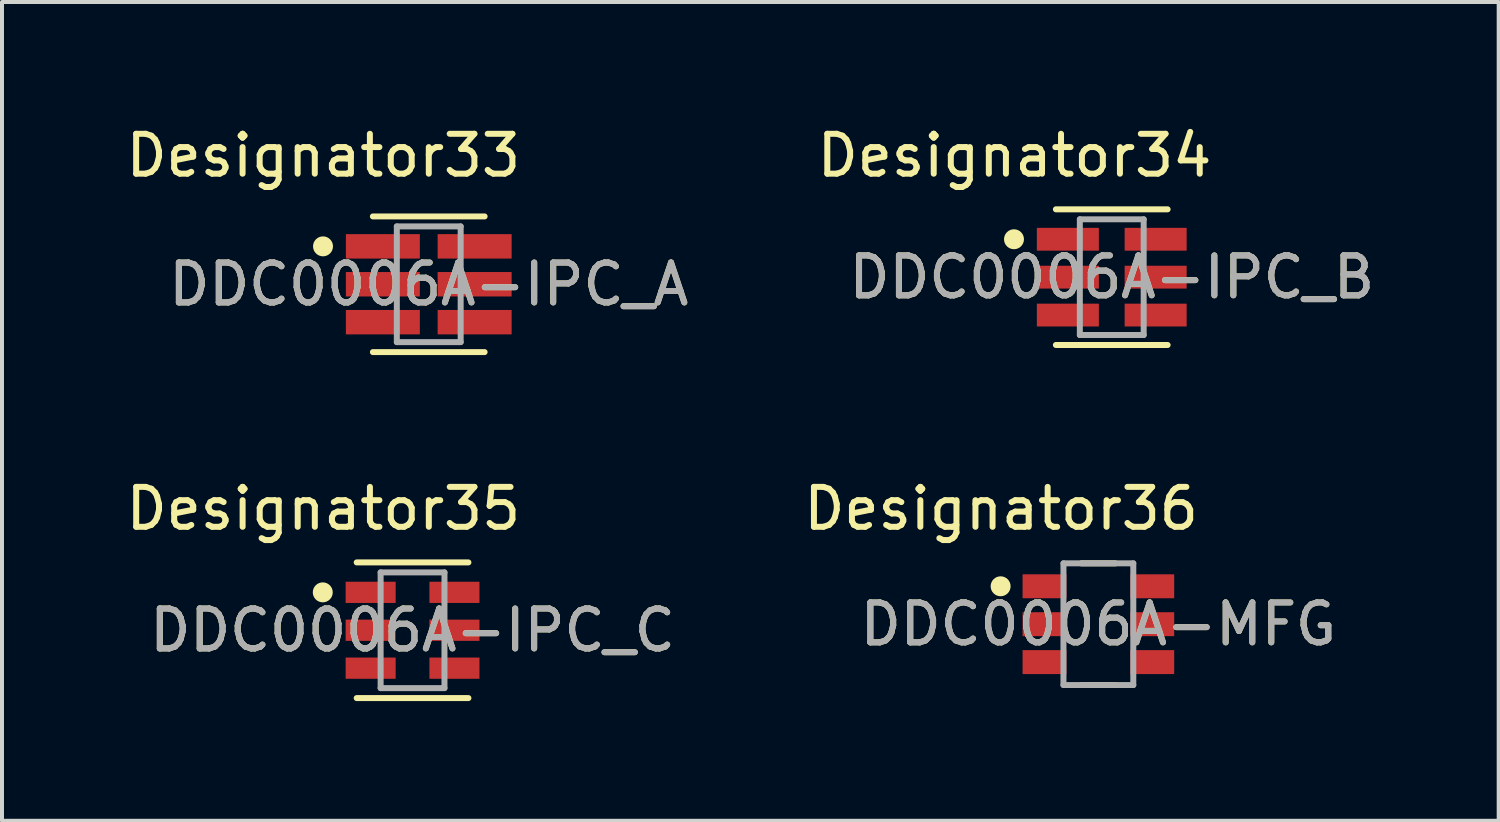
<source format=kicad_pcb>
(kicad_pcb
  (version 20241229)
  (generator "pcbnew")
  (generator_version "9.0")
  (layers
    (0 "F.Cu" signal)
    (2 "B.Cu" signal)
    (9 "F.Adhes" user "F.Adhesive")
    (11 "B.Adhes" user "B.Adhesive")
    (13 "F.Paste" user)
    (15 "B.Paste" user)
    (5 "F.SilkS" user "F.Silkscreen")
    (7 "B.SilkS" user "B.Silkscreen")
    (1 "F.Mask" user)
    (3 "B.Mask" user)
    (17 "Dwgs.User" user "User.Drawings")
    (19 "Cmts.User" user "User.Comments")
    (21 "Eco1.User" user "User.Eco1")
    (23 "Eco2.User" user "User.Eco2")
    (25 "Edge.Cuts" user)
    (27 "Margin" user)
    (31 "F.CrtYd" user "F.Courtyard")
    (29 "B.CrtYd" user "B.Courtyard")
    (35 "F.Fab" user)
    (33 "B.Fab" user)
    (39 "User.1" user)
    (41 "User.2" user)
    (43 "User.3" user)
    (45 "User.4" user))
  (footprint "DDC0006A-IPC_C"
    (layer "F.Cu")
    (at 7.289 12.745)
    (property "Reference" "DDC0006A-IPC_C" (at 0 0 0) (unlocked yes) (layer "F.SilkS") (effects (font (size 1 1) (thickness 0.15))))
    (attr smd)
    (fp_line (start -1.4 -1.7) (end 1.4 -1.7) (stroke (width 0.15) (type solid)) (layer "F.SilkS"))
    (fp_line (start -1.4 1.7) (end 1.4 1.7) (stroke (width 0.15) (type solid)) (layer "F.SilkS"))
    (fp_circle (center -2.25 -0.95) (end -2.125 -0.95) (stroke (width 0.25) (type solid)) (fill no) (layer "F.SilkS"))
    (fp_line (start -0.8 -1.45) (end 0.8 -1.45) (stroke (width 0.15) (type solid)) (layer "F.Fab"))
    (fp_line (start -0.8 1.45) (end -0.8 -1.45) (stroke (width 0.15) (type solid)) (layer "F.Fab"))
    (fp_line (start -0.8 1.45) (end 0.8 1.45) (stroke (width 0.15) (type solid)) (layer "F.Fab"))
    (fp_line (start 0.8 1.45) (end 0.8 -1.45) (stroke (width 0.15) (type solid)) (layer "F.Fab"))
    (fp_text user "Designator35" (at -2.235 -3.048 0) (unlocked yes) (layer "F.SilkS") (effects (font (size 1 1) (thickness 0.15))))
    (fp_text user "${REFERENCE}" (at 0 0 0) (unlocked yes) (layer "F.Fab") (effects (font (size 1 1) (thickness 0.15))))
    (pad "1" smd rect (at -1.05 -0.95) (size 1.254 0.532) (layers "F.Cu" "F.Mask" "F.Paste"))
    (pad "2" smd rect (at -1.05 0) (size 1.254 0.532) (layers "F.Cu" "F.Mask" "F.Paste"))
    (pad "3" smd rect (at -1.05 0.95) (size 1.254 0.532) (layers "F.Cu" "F.Mask" "F.Paste"))
    (pad "4" smd rect (at 1.05 0.95) (size 1.254 0.532) (layers "F.Cu" "F.Mask" "F.Paste"))
    (pad "5" smd rect (at 1.05 0) (size 1.254 0.532) (layers "F.Cu" "F.Mask" "F.Paste"))
    (pad "6" smd rect (at 1.05 -0.95) (size 1.254 0.532) (layers "F.Cu" "F.Mask" "F.Paste")))
  (footprint "DDC0006A-MFG"
    (layer "F.Cu")
    (at 24.477 12.593)
    (property "Reference" "DDC0006A-MFG" (at 0 0 0) (unlocked yes) (layer "F.SilkS") (effects (font (size 1 1) (thickness 0.15))))
    (attr smd)
    (fp_line (start -0.425 -1.525) (end 0.425 -1.525) (stroke (width 0.15) (type solid)) (layer "F.SilkS"))
    (fp_line (start -0.425 1.525) (end 0.425 1.525) (stroke (width 0.15) (type solid)) (layer "F.SilkS"))
    (fp_circle (center -2.45 -0.95) (end -2.325 -0.95) (stroke (width 0.25) (type solid)) (fill no) (layer "F.SilkS"))
    (fp_line (start -0.875 -1.525) (end 0.875 -1.525) (stroke (width 0.15) (type solid)) (layer "F.Fab"))
    (fp_line (start -0.875 1.525) (end -0.875 -1.525) (stroke (width 0.15) (type solid)) (layer "F.Fab"))
    (fp_line (start -0.875 1.525) (end 0.875 1.525) (stroke (width 0.15) (type solid)) (layer "F.Fab"))
    (fp_line (start 0.875 1.525) (end 0.875 -1.525) (stroke (width 0.15) (type solid)) (layer "F.Fab"))
    (fp_text user "Designator36" (at -2.438 -2.896 0) (unlocked yes) (layer "F.SilkS") (effects (font (size 1 1) (thickness 0.15))))
    (fp_text user "${REFERENCE}" (at 0 0 0) (unlocked yes) (layer "F.Fab") (effects (font (size 1 1) (thickness 0.15))))
    (pad "1" smd rect (at -1.35 -0.95) (size 1.1 0.6) (layers "F.Cu" "F.Mask" "F.Paste"))
    (pad "2" smd rect (at -1.35 0) (size 1.1 0.6) (layers "F.Cu" "F.Mask" "F.Paste"))
    (pad "3" smd rect (at -1.35 0.95) (size 1.1 0.6) (layers "F.Cu" "F.Mask" "F.Paste"))
    (pad "4" smd rect (at 1.35 0.95) (size 1.1 0.6) (layers "F.Cu" "F.Mask" "F.Paste"))
    (pad "5" smd rect (at 1.35 0) (size 1.1 0.6) (layers "F.Cu" "F.Mask" "F.Paste"))
    (pad "6" smd rect (at 1.35 -0.95) (size 1.1 0.6) (layers "F.Cu" "F.Mask" "F.Paste")))
  (footprint "DDC0006A-IPC_A"
    (layer "F.Cu")
    (at 7.695 4.074)
    (property "Reference" "DDC0006A-IPC_A" (at 0 0 0) (unlocked yes) (layer "F.SilkS") (effects (font (size 1 1) (thickness 0.15))))
    (attr smd)
    (fp_line (start -1.4 -1.7) (end 1.4 -1.7) (stroke (width 0.15) (type solid)) (layer "F.SilkS"))
    (fp_line (start -1.4 1.7) (end 1.4 1.7) (stroke (width 0.15) (type solid)) (layer "F.SilkS"))
    (fp_circle (center -2.65 -0.95) (end -2.525 -0.95) (stroke (width 0.25) (type solid)) (fill no) (layer "F.SilkS"))
    (fp_line (start -0.8 -1.45) (end 0.8 -1.45) (stroke (width 0.15) (type solid)) (layer "F.Fab"))
    (fp_line (start -0.8 1.45) (end -0.8 -1.45) (stroke (width 0.15) (type solid)) (layer "F.Fab"))
    (fp_line (start -0.8 1.45) (end 0.8 1.45) (stroke (width 0.15) (type solid)) (layer "F.Fab"))
    (fp_line (start 0.8 1.45) (end 0.8 -1.45) (stroke (width 0.15) (type solid)) (layer "F.Fab"))
    (fp_text user "Designator33" (at -2.642 -3.226 0) (unlocked yes) (layer "F.SilkS") (effects (font (size 1 1) (thickness 0.15))))
    (fp_text user "${REFERENCE}" (at 0 0 0) (unlocked yes) (layer "F.Fab") (effects (font (size 1 1) (thickness 0.15))))
    (pad "1" smd rect (at -1.15 -0.95) (size 1.854 0.612) (layers "F.Cu" "F.Mask" "F.Paste"))
    (pad "2" smd rect (at -1.15 0) (size 1.854 0.612) (layers "F.Cu" "F.Mask" "F.Paste"))
    (pad "3" smd rect (at -1.15 0.95) (size 1.854 0.612) (layers "F.Cu" "F.Mask" "F.Paste"))
    (pad "4" smd rect (at 1.15 0.95) (size 1.854 0.612) (layers "F.Cu" "F.Mask" "F.Paste"))
    (pad "5" smd rect (at 1.15 0) (size 1.854 0.612) (layers "F.Cu" "F.Mask" "F.Paste"))
    (pad "6" smd rect (at 1.15 -0.95) (size 1.854 0.612) (layers "F.Cu" "F.Mask" "F.Paste")))
  (footprint "DDC0006A-IPC_B"
    (layer "F.Cu")
    (at 24.812 3.896)
    (property "Reference" "DDC0006A-IPC_B" (at 0 0 0) (unlocked yes) (layer "F.SilkS") (effects (font (size 1 1) (thickness 0.15))))
    (attr smd)
    (fp_line (start -1.4 -1.7) (end 1.4 -1.7) (stroke (width 0.15) (type solid)) (layer "F.SilkS"))
    (fp_line (start -1.4 1.7) (end 1.4 1.7) (stroke (width 0.15) (type solid)) (layer "F.SilkS"))
    (fp_circle (center -2.45 -0.95) (end -2.325 -0.95) (stroke (width 0.25) (type solid)) (fill no) (layer "F.SilkS"))
    (fp_line (start -0.8 -1.45) (end 0.8 -1.45) (stroke (width 0.15) (type solid)) (layer "F.Fab"))
    (fp_line (start -0.8 1.45) (end -0.8 -1.45) (stroke (width 0.15) (type solid)) (layer "F.Fab"))
    (fp_line (start -0.8 1.45) (end 0.8 1.45) (stroke (width 0.15) (type solid)) (layer "F.Fab"))
    (fp_line (start 0.8 1.45) (end 0.8 -1.45) (stroke (width 0.15) (type solid)) (layer "F.Fab"))
    (fp_text user "Designator34" (at -2.438 -3.048 0) (unlocked yes) (layer "F.SilkS") (effects (font (size 1 1) (thickness 0.15))))
    (fp_text user "${REFERENCE}" (at 0 0 0) (unlocked yes) (layer "F.Fab") (effects (font (size 1 1) (thickness 0.15))))
    (pad "1" smd rect (at -1.1 -0.95) (size 1.554 0.572) (layers "F.Cu" "F.Mask" "F.Paste"))
    (pad "2" smd rect (at -1.1 0) (size 1.554 0.572) (layers "F.Cu" "F.Mask" "F.Paste"))
    (pad "3" smd rect (at -1.1 0.95) (size 1.554 0.572) (layers "F.Cu" "F.Mask" "F.Paste"))
    (pad "4" smd rect (at 1.1 0.95) (size 1.554 0.572) (layers "F.Cu" "F.Mask" "F.Paste"))
    (pad "5" smd rect (at 1.1 0) (size 1.554 0.572) (layers "F.Cu" "F.Mask" "F.Paste"))
    (pad "6" smd rect (at 1.1 -0.95) (size 1.554 0.572) (layers "F.Cu" "F.Mask" "F.Paste")))
  (gr_rect
    (start -3 -3)
    (end 34.509 17.52)
    (stroke (width 0.1) (type default))
    (fill no)
    (layer "Edge.Cuts")))
</source>
